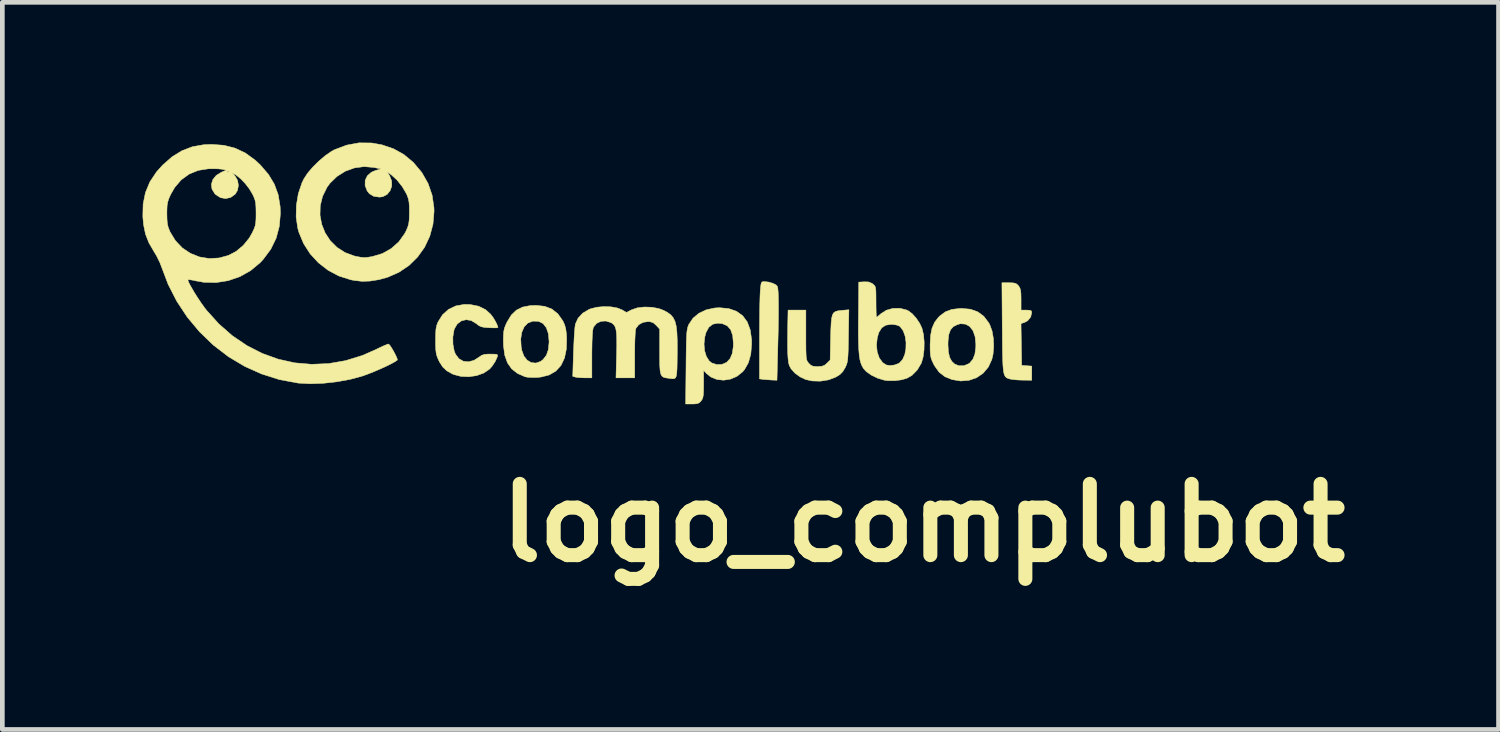
<source format=kicad_pcb>
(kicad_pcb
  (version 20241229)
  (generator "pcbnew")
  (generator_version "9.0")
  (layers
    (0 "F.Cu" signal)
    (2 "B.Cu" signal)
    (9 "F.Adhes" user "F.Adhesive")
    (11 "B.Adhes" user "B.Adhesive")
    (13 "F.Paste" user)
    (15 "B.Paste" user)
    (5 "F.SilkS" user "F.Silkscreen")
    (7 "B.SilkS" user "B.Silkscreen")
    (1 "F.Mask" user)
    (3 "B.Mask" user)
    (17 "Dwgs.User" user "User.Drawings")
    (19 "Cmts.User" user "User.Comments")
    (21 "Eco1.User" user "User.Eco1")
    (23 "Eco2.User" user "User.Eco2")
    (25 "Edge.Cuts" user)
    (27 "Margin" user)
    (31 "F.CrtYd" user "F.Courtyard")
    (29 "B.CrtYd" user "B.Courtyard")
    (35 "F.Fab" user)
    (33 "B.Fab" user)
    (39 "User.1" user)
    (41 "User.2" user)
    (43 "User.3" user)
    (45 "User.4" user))
  (footprint "logo_complubot"
    (layer "F.Cu")
    (at 16.702 8.133)
    (property "Reference" "logo_complubot" (at 0 0 0) (layer "F.SilkS") (effects (font (size 1.524 1.524) (thickness 0.3))))
    (attr through_hole)
    (fp_poly (pts (xy -3.314 -5.151) (xy -3.222 -5.124) (xy -3.153 -5.088) (xy -3.128 -5.06) (xy -3.117 -5.016) (xy -3.109 -4.929) (xy -3.105 -4.797) (xy -3.103 -4.62) (xy -3.104 -4.396) (xy -3.108 -4.124) (xy -3.116 -3.803) (xy -3.119 -3.68) (xy -3.135 -3.051) (xy -3.239 -3.055) (xy -3.331 -3.061) (xy -3.417 -3.068) (xy -3.426 -3.069) (xy -3.509 -3.08) (xy -3.509 -3.926) (xy -3.508 -4.139) (xy -3.507 -4.344) (xy -3.505 -4.534) (xy -3.502 -4.701) (xy -3.498 -4.837) (xy -3.494 -4.934) (xy -3.492 -4.967) (xy -3.483 -5.065) (xy -3.473 -5.123) (xy -3.458 -5.151) (xy -3.433 -5.16) (xy -3.41 -5.161) (xy -3.314 -5.151)) (stroke (width 0.01) (type solid)) (fill yes) (layer "F.SilkS"))
    (fp_poly (pts (xy 1.917 -5.133) (xy 1.972 -5.121) (xy 2.01 -5.094) (xy 2.032 -5.069) (xy 2.059 -5.027) (xy 2.075 -4.976) (xy 2.083 -4.902) (xy 2.085 -4.792) (xy 2.085 -4.777) (xy 2.085 -4.551) (xy 2.199 -4.551) (xy 2.271 -4.548) (xy 2.305 -4.534) (xy 2.314 -4.504) (xy 2.314 -4.501) (xy 2.291 -4.402) (xy 2.228 -4.325) (xy 2.169 -4.292) (xy 2.084 -4.261) (xy 2.091 -3.815) (xy 2.098 -3.369) (xy 2.206 -3.361) (xy 2.314 -3.353) (xy 2.314 -3.051) (xy 2.117 -3.053) (xy 2.01 -3.057) (xy 1.914 -3.066) (xy 1.847 -3.077) (xy 1.843 -3.078) (xy 1.806 -3.09) (xy 1.775 -3.104) (xy 1.751 -3.126) (xy 1.731 -3.16) (xy 1.716 -3.211) (xy 1.705 -3.284) (xy 1.697 -3.383) (xy 1.692 -3.513) (xy 1.688 -3.679) (xy 1.686 -3.886) (xy 1.684 -4.139) (xy 1.683 -4.176) (xy 1.676 -5.136) (xy 1.828 -5.136) (xy 1.917 -5.133)) (stroke (width 0.01) (type solid)) (fill yes) (layer "F.SilkS"))
    (fp_poly (pts (xy -1.606 -4.001) (xy -1.609 -3.818) (xy -1.612 -3.678) (xy -1.617 -3.574) (xy -1.623 -3.496) (xy -1.632 -3.438) (xy -1.645 -3.392) (xy -1.662 -3.351) (xy -1.678 -3.318) (xy -1.729 -3.233) (xy -1.791 -3.171) (xy -1.881 -3.116) (xy -2.033 -3.059) (xy -2.208 -3.031) (xy -2.384 -3.036) (xy -2.523 -3.067) (xy -2.644 -3.125) (xy -2.753 -3.205) (xy -2.835 -3.297) (xy -2.873 -3.37) (xy -2.888 -3.43) (xy -2.898 -3.515) (xy -2.905 -3.629) (xy -2.908 -3.778) (xy -2.908 -3.968) (xy -2.905 -4.202) (xy -2.898 -4.551) (xy -2.517 -4.551) (xy -2.517 -4.019) (xy -2.517 -3.841) (xy -2.516 -3.707) (xy -2.513 -3.61) (xy -2.509 -3.541) (xy -2.501 -3.494) (xy -2.489 -3.461) (xy -2.473 -3.436) (xy -2.456 -3.415) (xy -2.409 -3.37) (xy -2.357 -3.349) (xy -2.277 -3.343) (xy -2.266 -3.343) (xy -2.178 -3.349) (xy -2.118 -3.371) (xy -2.068 -3.413) (xy -1.998 -3.482) (xy -1.988 -3.954) (xy -1.983 -4.139) (xy -1.976 -4.279) (xy -1.965 -4.381) (xy -1.947 -4.452) (xy -1.919 -4.497) (xy -1.878 -4.523) (xy -1.823 -4.537) (xy -1.75 -4.545) (xy -1.744 -4.546) (xy -1.597 -4.558) (xy -1.606 -4.001)) (stroke (width 0.01) (type solid)) (fill yes) (layer "F.SilkS"))
    (fp_poly (pts (xy -8.103 -4.632) (xy -7.948 -4.573) (xy -7.821 -4.471) (xy -7.719 -4.327) (xy -7.709 -4.31) (xy -7.674 -4.23) (xy -7.652 -4.146) (xy -7.638 -4.041) (xy -7.633 -3.951) (xy -7.639 -3.72) (xy -7.679 -3.526) (xy -7.754 -3.368) (xy -7.864 -3.247) (xy -8.007 -3.164) (xy -8.184 -3.119) (xy -8.273 -3.111) (xy -8.375 -3.11) (xy -8.465 -3.115) (xy -8.522 -3.125) (xy -8.684 -3.196) (xy -8.809 -3.294) (xy -8.899 -3.423) (xy -8.957 -3.586) (xy -8.984 -3.787) (xy -8.987 -3.892) (xy -8.986 -3.935) (xy -8.615 -3.935) (xy -8.606 -3.768) (xy -8.592 -3.69) (xy -8.547 -3.568) (xy -8.477 -3.479) (xy -8.389 -3.428) (xy -8.291 -3.418) (xy -8.192 -3.452) (xy -8.139 -3.492) (xy -8.067 -3.584) (xy -8.025 -3.704) (xy -8.009 -3.861) (xy -8.009 -3.881) (xy -8.024 -4.047) (xy -8.068 -4.175) (xy -8.138 -4.264) (xy -8.234 -4.311) (xy -8.354 -4.315) (xy -8.359 -4.314) (xy -8.463 -4.274) (xy -8.541 -4.194) (xy -8.592 -4.079) (xy -8.615 -3.935) (xy -8.986 -3.935) (xy -8.985 -4.011) (xy -8.978 -4.097) (xy -8.963 -4.167) (xy -8.934 -4.24) (xy -8.905 -4.301) (xy -8.816 -4.446) (xy -8.709 -4.549) (xy -8.577 -4.615) (xy -8.413 -4.647) (xy -8.289 -4.652) (xy -8.103 -4.632)) (stroke (width 0.01) (type solid)) (fill yes) (layer "F.SilkS"))
    (fp_poly (pts (xy 1.002 -4.57) (xy 1.159 -4.514) (xy 1.288 -4.419) (xy 1.393 -4.28) (xy 1.417 -4.236) (xy 1.465 -4.105) (xy 1.493 -3.944) (xy 1.5 -3.772) (xy 1.486 -3.606) (xy 1.461 -3.497) (xy 1.385 -3.332) (xy 1.274 -3.201) (xy 1.134 -3.105) (xy 0.971 -3.049) (xy 0.792 -3.035) (xy 0.61 -3.065) (xy 0.456 -3.127) (xy 0.334 -3.222) (xy 0.237 -3.357) (xy 0.216 -3.395) (xy 0.181 -3.469) (xy 0.159 -3.531) (xy 0.147 -3.599) (xy 0.141 -3.687) (xy 0.14 -3.81) (xy 0.14 -3.814) (xy 0.522 -3.814) (xy 0.531 -3.656) (xy 0.558 -3.538) (xy 0.606 -3.452) (xy 0.667 -3.396) (xy 0.759 -3.36) (xy 0.864 -3.362) (xy 0.963 -3.403) (xy 0.989 -3.421) (xy 1.056 -3.502) (xy 1.098 -3.611) (xy 1.117 -3.758) (xy 1.118 -3.827) (xy 1.102 -3.983) (xy 1.058 -4.109) (xy 0.988 -4.2) (xy 0.898 -4.251) (xy 0.791 -4.259) (xy 0.726 -4.243) (xy 0.637 -4.198) (xy 0.576 -4.129) (xy 0.54 -4.029) (xy 0.524 -3.892) (xy 0.522 -3.814) (xy 0.14 -3.814) (xy 0.15 -4.007) (xy 0.181 -4.163) (xy 0.236 -4.29) (xy 0.318 -4.397) (xy 0.356 -4.433) (xy 0.47 -4.516) (xy 0.602 -4.565) (xy 0.762 -4.585) (xy 0.814 -4.587) (xy 1.002 -4.57)) (stroke (width 0.01) (type solid)) (fill yes) (layer "F.SilkS"))
    (fp_poly (pts (xy -9.696 -4.67) (xy -9.516 -4.634) (xy -9.368 -4.561) (xy -9.259 -4.463) (xy -9.208 -4.396) (xy -9.159 -4.315) (xy -9.121 -4.239) (xy -9.103 -4.183) (xy -9.102 -4.177) (xy -9.126 -4.172) (xy -9.187 -4.171) (xy -9.274 -4.173) (xy -9.289 -4.174) (xy -9.391 -4.181) (xy -9.459 -4.195) (xy -9.512 -4.22) (xy -9.566 -4.263) (xy -9.57 -4.265) (xy -9.674 -4.328) (xy -9.783 -4.346) (xy -9.885 -4.32) (xy -9.972 -4.255) (xy -10.033 -4.153) (xy -10.042 -4.124) (xy -10.067 -3.976) (xy -10.065 -3.822) (xy -10.039 -3.681) (xy -10.011 -3.609) (xy -9.938 -3.512) (xy -9.842 -3.457) (xy -9.732 -3.445) (xy -9.615 -3.476) (xy -9.507 -3.545) (xy -9.454 -3.582) (xy -9.398 -3.602) (xy -9.319 -3.61) (xy -9.264 -3.61) (xy -9.176 -3.609) (xy -9.128 -3.604) (xy -9.111 -3.59) (xy -9.113 -3.563) (xy -9.116 -3.553) (xy -9.161 -3.452) (xy -9.23 -3.348) (xy -9.285 -3.287) (xy -9.407 -3.205) (xy -9.558 -3.15) (xy -9.725 -3.126) (xy -9.894 -3.133) (xy -10.05 -3.174) (xy -10.081 -3.188) (xy -10.197 -3.253) (xy -10.282 -3.333) (xy -10.352 -3.441) (xy -10.379 -3.496) (xy -10.406 -3.563) (xy -10.423 -3.629) (xy -10.433 -3.711) (xy -10.437 -3.82) (xy -10.437 -3.903) (xy -10.435 -4.038) (xy -10.429 -4.136) (xy -10.416 -4.21) (xy -10.394 -4.274) (xy -10.383 -4.299) (xy -10.287 -4.452) (xy -10.159 -4.567) (xy -10.002 -4.641) (xy -9.822 -4.673) (xy -9.696 -4.67)) (stroke (width 0.01) (type solid)) (fill yes) (layer "F.SilkS"))
    (fp_poly (pts (xy -4.165 -4.583) (xy -4 -4.525) (xy -3.868 -4.43) (xy -3.77 -4.297) (xy -3.707 -4.127) (xy -3.678 -3.92) (xy -3.677 -3.827) (xy -3.695 -3.608) (xy -3.746 -3.426) (xy -3.83 -3.278) (xy -3.869 -3.232) (xy -3.99 -3.135) (xy -4.129 -3.075) (xy -4.275 -3.052) (xy -4.419 -3.067) (xy -4.549 -3.12) (xy -4.64 -3.193) (xy -4.704 -3.262) (xy -4.704 -2.969) (xy -4.705 -2.839) (xy -4.709 -2.749) (xy -4.718 -2.688) (xy -4.733 -2.646) (xy -4.756 -2.611) (xy -4.756 -2.61) (xy -4.795 -2.57) (xy -4.842 -2.55) (xy -4.914 -2.543) (xy -4.949 -2.543) (xy -5.088 -2.543) (xy -5.08 -3.337) (xy -5.078 -3.561) (xy -5.075 -3.74) (xy -5.073 -3.827) (xy -4.695 -3.827) (xy -4.683 -3.683) (xy -4.645 -3.559) (xy -4.584 -3.463) (xy -4.529 -3.42) (xy -4.423 -3.386) (xy -4.312 -3.39) (xy -4.216 -3.431) (xy -4.208 -3.437) (xy -4.136 -3.516) (xy -4.091 -3.623) (xy -4.07 -3.765) (xy -4.068 -3.841) (xy -4.082 -4.007) (xy -4.125 -4.131) (xy -4.198 -4.215) (xy -4.302 -4.261) (xy -4.402 -4.271) (xy -4.509 -4.249) (xy -4.593 -4.183) (xy -4.653 -4.072) (xy -4.678 -3.98) (xy -4.695 -3.827) (xy -5.073 -3.827) (xy -5.072 -3.88) (xy -5.068 -3.987) (xy -5.063 -4.068) (xy -5.055 -4.128) (xy -5.046 -4.174) (xy -5.034 -4.212) (xy -5.019 -4.247) (xy -4.931 -4.378) (xy -4.805 -4.483) (xy -4.648 -4.557) (xy -4.467 -4.596) (xy -4.364 -4.602) (xy -4.165 -4.583)) (stroke (width 0.01) (type solid)) (fill yes) (layer "F.SilkS"))
    (fp_poly (pts (xy -1.176 -5.153) (xy -1.107 -5.125) (xy -1.086 -5.11) (xy -1.058 -5.086) (xy -1.038 -5.061) (xy -1.027 -5.025) (xy -1.02 -4.969) (xy -1.018 -4.882) (xy -1.017 -4.756) (xy -1.017 -4.727) (xy -1.016 -4.605) (xy -1.014 -4.503) (xy -1.011 -4.431) (xy -1.007 -4.399) (xy -1.006 -4.399) (xy -0.982 -4.414) (xy -0.935 -4.453) (xy -0.913 -4.473) (xy -0.796 -4.548) (xy -0.656 -4.587) (xy -0.507 -4.59) (xy -0.364 -4.554) (xy -0.328 -4.537) (xy -0.242 -4.473) (xy -0.156 -4.377) (xy -0.081 -4.264) (xy -0.033 -4.16) (xy -0.001 -4.026) (xy 0.013 -3.867) (xy 0.01 -3.701) (xy -0.01 -3.546) (xy -0.046 -3.421) (xy -0.048 -3.417) (xy -0.134 -3.271) (xy -0.246 -3.157) (xy -0.356 -3.093) (xy -0.478 -3.059) (xy -0.623 -3.041) (xy -0.767 -3.042) (xy -0.838 -3.052) (xy -0.982 -3.095) (xy -1.115 -3.159) (xy -1.224 -3.235) (xy -1.285 -3.303) (xy -1.316 -3.356) (xy -1.341 -3.417) (xy -1.361 -3.491) (xy -1.375 -3.584) (xy -1.385 -3.702) (xy -1.389 -3.801) (xy -1.007 -3.801) (xy -0.991 -3.654) (xy -0.947 -3.527) (xy -0.876 -3.43) (xy -0.801 -3.379) (xy -0.72 -3.365) (xy -0.622 -3.377) (xy -0.531 -3.411) (xy -0.516 -3.421) (xy -0.449 -3.493) (xy -0.402 -3.599) (xy -0.378 -3.726) (xy -0.375 -3.861) (xy -0.394 -3.992) (xy -0.435 -4.107) (xy -0.497 -4.192) (xy -0.517 -4.209) (xy -0.575 -4.231) (xy -0.657 -4.245) (xy -0.694 -4.246) (xy -0.809 -4.228) (xy -0.895 -4.172) (xy -0.956 -4.074) (xy -0.99 -3.96) (xy -1.007 -3.801) (xy -1.389 -3.801) (xy -1.391 -3.849) (xy -1.394 -4.033) (xy -1.394 -4.258) (xy -1.392 -4.413) (xy -1.386 -5.149) (xy -1.27 -5.156) (xy -1.176 -5.153)) (stroke (width 0.01) (type solid)) (fill yes) (layer "F.SilkS"))
    (fp_poly (pts (xy -6.688 -4.621) (xy -6.551 -4.597) (xy -6.448 -4.556) (xy -6.354 -4.501) (xy -6.247 -4.556) (xy -6.123 -4.599) (xy -5.971 -4.617) (xy -5.81 -4.612) (xy -5.656 -4.582) (xy -5.566 -4.548) (xy -5.478 -4.502) (xy -5.408 -4.451) (xy -5.355 -4.389) (xy -5.316 -4.31) (xy -5.29 -4.208) (xy -5.275 -4.075) (xy -5.268 -3.907) (xy -5.267 -3.697) (xy -5.268 -3.61) (xy -5.27 -3.431) (xy -5.273 -3.297) (xy -5.279 -3.201) (xy -5.289 -3.138) (xy -5.307 -3.101) (xy -5.334 -3.085) (xy -5.373 -3.083) (xy -5.427 -3.09) (xy -5.466 -3.095) (xy -5.525 -3.104) (xy -5.569 -3.119) (xy -5.601 -3.146) (xy -5.622 -3.192) (xy -5.635 -3.263) (xy -5.642 -3.367) (xy -5.644 -3.51) (xy -5.644 -3.665) (xy -5.644 -4.144) (xy -5.716 -4.223) (xy -5.78 -4.28) (xy -5.851 -4.303) (xy -5.889 -4.306) (xy -6.001 -4.289) (xy -6.092 -4.238) (xy -6.151 -4.161) (xy -6.154 -4.154) (xy -6.162 -4.109) (xy -6.168 -4.023) (xy -6.174 -3.904) (xy -6.177 -3.761) (xy -6.178 -3.604) (xy -6.178 -3.596) (xy -6.178 -3.102) (xy -6.578 -3.102) (xy -6.565 -3.597) (xy -6.561 -3.793) (xy -6.562 -3.945) (xy -6.567 -4.059) (xy -6.58 -4.143) (xy -6.6 -4.202) (xy -6.629 -4.243) (xy -6.668 -4.274) (xy -6.689 -4.285) (xy -6.796 -4.318) (xy -6.901 -4.311) (xy -6.991 -4.268) (xy -7.055 -4.193) (xy -7.066 -4.167) (xy -7.076 -4.111) (xy -7.084 -4.012) (xy -7.09 -3.876) (xy -7.093 -3.71) (xy -7.094 -3.594) (xy -7.094 -3.102) (xy -7.24 -3.102) (xy -7.332 -3.105) (xy -7.411 -3.112) (xy -7.445 -3.118) (xy -7.503 -3.134) (xy -7.487 -3.645) (xy -7.48 -3.808) (xy -7.473 -3.96) (xy -7.464 -4.09) (xy -7.455 -4.19) (xy -7.447 -4.249) (xy -7.446 -4.253) (xy -7.389 -4.378) (xy -7.29 -4.485) (xy -7.154 -4.566) (xy -7.124 -4.578) (xy -6.991 -4.612) (xy -6.841 -4.626) (xy -6.688 -4.621)) (stroke (width 0.01) (type solid)) (fill yes) (layer "F.SilkS"))
    (fp_poly (pts (xy -11.805 -8.125) (xy -11.584 -8.086) (xy -11.335 -8.001) (xy -11.117 -7.88) (xy -10.919 -7.716) (xy -10.907 -7.704) (xy -10.73 -7.493) (xy -10.597 -7.259) (xy -10.51 -7.007) (xy -10.471 -6.74) (xy -10.469 -6.663) (xy -10.492 -6.389) (xy -10.56 -6.132) (xy -10.671 -5.896) (xy -10.821 -5.686) (xy -11.005 -5.505) (xy -11.222 -5.359) (xy -11.466 -5.252) (xy -11.65 -5.202) (xy -11.839 -5.172) (xy -12.007 -5.166) (xy -12.18 -5.186) (xy -12.255 -5.201) (xy -12.504 -5.28) (xy -12.734 -5.402) (xy -12.941 -5.562) (xy -13.118 -5.754) (xy -13.259 -5.973) (xy -13.359 -6.213) (xy -13.385 -6.307) (xy -13.419 -6.544) (xy -13.418 -6.582) (xy -12.908 -6.582) (xy -12.872 -6.386) (xy -12.798 -6.202) (xy -12.689 -6.036) (xy -12.547 -5.894) (xy -12.375 -5.783) (xy -12.176 -5.709) (xy -12.123 -5.697) (xy -12.034 -5.681) (xy -11.967 -5.674) (xy -11.901 -5.678) (xy -11.814 -5.692) (xy -11.783 -5.698) (xy -11.573 -5.761) (xy -11.384 -5.868) (xy -11.222 -6.012) (xy -11.096 -6.189) (xy -11.064 -6.25) (xy -11.032 -6.326) (xy -11.012 -6.395) (xy -11.001 -6.474) (xy -10.997 -6.58) (xy -10.996 -6.649) (xy -10.998 -6.774) (xy -11.005 -6.865) (xy -11.02 -6.937) (xy -11.046 -7.008) (xy -11.063 -7.046) (xy -11.15 -7.193) (xy -11.261 -7.333) (xy -11.383 -7.444) (xy -11.396 -7.453) (xy -11.469 -7.506) (xy -11.417 -7.42) (xy -11.376 -7.312) (xy -11.374 -7.203) (xy -11.409 -7.104) (xy -11.473 -7.025) (xy -11.564 -6.977) (xy -11.636 -6.967) (xy -11.76 -6.985) (xy -11.852 -7.041) (xy -11.899 -7.099) (xy -11.944 -7.215) (xy -11.942 -7.326) (xy -11.896 -7.423) (xy -11.81 -7.499) (xy -11.729 -7.534) (xy -11.607 -7.57) (xy -11.758 -7.602) (xy -11.966 -7.62) (xy -12.172 -7.592) (xy -12.368 -7.521) (xy -12.545 -7.41) (xy -12.695 -7.264) (xy -12.759 -7.176) (xy -12.854 -6.983) (xy -12.903 -6.783) (xy -12.908 -6.582) (xy -13.418 -6.582) (xy -13.413 -6.794) (xy -13.372 -7.041) (xy -13.295 -7.27) (xy -13.254 -7.356) (xy -13.175 -7.477) (xy -13.063 -7.609) (xy -12.931 -7.739) (xy -12.792 -7.857) (xy -12.659 -7.948) (xy -12.601 -7.98) (xy -12.339 -8.079) (xy -12.073 -8.128) (xy -11.805 -8.125)) (stroke (width 0.01) (type solid)) (fill yes) (layer "F.SilkS"))
    (fp_poly (pts (xy -14.965 -8.076) (xy -14.725 -8.015) (xy -14.505 -7.911) (xy -14.297 -7.76) (xy -14.185 -7.656) (xy -14.011 -7.454) (xy -13.884 -7.243) (xy -13.802 -7.017) (xy -13.761 -6.768) (xy -13.755 -6.622) (xy -13.778 -6.345) (xy -13.846 -6.089) (xy -13.961 -5.853) (xy -14.123 -5.636) (xy -14.189 -5.565) (xy -14.393 -5.395) (xy -14.623 -5.266) (xy -14.871 -5.181) (xy -15.131 -5.14) (xy -15.395 -5.146) (xy -15.558 -5.175) (xy -15.642 -5.193) (xy -15.705 -5.202) (xy -15.732 -5.201) (xy -15.728 -5.173) (xy -15.7 -5.111) (xy -15.652 -5.024) (xy -15.592 -4.922) (xy -15.523 -4.813) (xy -15.45 -4.704) (xy -15.38 -4.606) (xy -15.339 -4.552) (xy -15.072 -4.256) (xy -14.782 -4.002) (xy -14.47 -3.791) (xy -14.142 -3.624) (xy -13.8 -3.501) (xy -13.447 -3.423) (xy -13.088 -3.392) (xy -12.725 -3.407) (xy -12.362 -3.47) (xy -12.002 -3.581) (xy -11.735 -3.698) (xy -11.627 -3.75) (xy -11.536 -3.792) (xy -11.471 -3.818) (xy -11.441 -3.826) (xy -11.441 -3.826) (xy -11.412 -3.795) (xy -11.372 -3.735) (xy -11.329 -3.661) (xy -11.29 -3.586) (xy -11.262 -3.523) (xy -11.253 -3.486) (xy -11.254 -3.483) (xy -11.302 -3.449) (xy -11.386 -3.403) (xy -11.497 -3.348) (xy -11.625 -3.29) (xy -11.758 -3.233) (xy -11.886 -3.182) (xy -11.999 -3.142) (xy -12.001 -3.141) (xy -12.263 -3.07) (xy -12.547 -3.018) (xy -12.835 -2.986) (xy -13.113 -2.976) (xy -13.364 -2.989) (xy -13.386 -2.992) (xy -13.779 -3.065) (xy -14.159 -3.186) (xy -14.52 -3.348) (xy -14.867 -3.555) (xy -15.19 -3.803) (xy -15.485 -4.087) (xy -15.748 -4.402) (xy -15.973 -4.743) (xy -16.157 -5.104) (xy -16.28 -5.429) (xy -16.332 -5.565) (xy -16.401 -5.706) (xy -16.457 -5.8) (xy -16.566 -5.987) (xy -16.64 -6.174) (xy -16.682 -6.379) (xy -16.697 -6.547) (xy -16.696 -6.611) (xy -16.183 -6.611) (xy -16.18 -6.486) (xy -16.172 -6.396) (xy -16.154 -6.321) (xy -16.124 -6.245) (xy -16.116 -6.226) (xy -16.001 -6.037) (xy -15.854 -5.882) (xy -15.68 -5.765) (xy -15.487 -5.688) (xy -15.28 -5.654) (xy -15.066 -5.666) (xy -14.868 -5.72) (xy -14.702 -5.807) (xy -14.55 -5.934) (xy -14.422 -6.091) (xy -14.36 -6.199) (xy -14.321 -6.282) (xy -14.296 -6.35) (xy -14.283 -6.42) (xy -14.277 -6.509) (xy -14.276 -6.623) (xy -14.278 -6.746) (xy -14.284 -6.834) (xy -14.298 -6.903) (xy -14.323 -6.971) (xy -14.351 -7.03) (xy -14.417 -7.141) (xy -14.504 -7.254) (xy -14.6 -7.355) (xy -14.691 -7.43) (xy -14.723 -7.45) (xy -14.785 -7.482) (xy -14.721 -7.413) (xy -14.67 -7.324) (xy -14.654 -7.217) (xy -14.672 -7.112) (xy -14.72 -7.032) (xy -14.817 -6.961) (xy -14.926 -6.936) (xy -15.037 -6.956) (xy -15.138 -7.021) (xy -15.16 -7.043) (xy -15.219 -7.14) (xy -15.231 -7.242) (xy -15.2 -7.342) (xy -15.128 -7.431) (xy -15.018 -7.499) (xy -15.016 -7.5) (xy -14.976 -7.517) (xy -14.891 -7.517) (xy -14.887 -7.502) (xy -14.874 -7.501) (xy -14.853 -7.51) (xy -14.857 -7.517) (xy -14.887 -7.52) (xy -14.891 -7.517) (xy -14.976 -7.517) (xy -14.912 -7.545) (xy -15.007 -7.564) (xy -15.08 -7.572) (xy -15.182 -7.575) (xy -15.292 -7.573) (xy -15.299 -7.573) (xy -15.513 -7.539) (xy -15.706 -7.46) (xy -15.875 -7.338) (xy -16.015 -7.175) (xy -16.103 -7.023) (xy -16.141 -6.936) (xy -16.165 -6.863) (xy -16.178 -6.787) (xy -16.182 -6.69) (xy -16.183 -6.611) (xy -16.696 -6.611) (xy -16.691 -6.819) (xy -16.641 -7.066) (xy -16.547 -7.292) (xy -16.406 -7.505) (xy -16.273 -7.653) (xy -16.07 -7.831) (xy -15.86 -7.96) (xy -15.638 -8.045) (xy -15.394 -8.088) (xy -15.23 -8.095) (xy -14.965 -8.076)) (stroke (width 0.01) (type solid)) (fill yes) (layer "F.SilkS")))
  (gr_rect
    (start -3 -3)
    (end 28.999 12.551)
    (stroke (width 0.1) (type default))
    (fill no)
    (layer "Edge.Cuts")))
</source>
